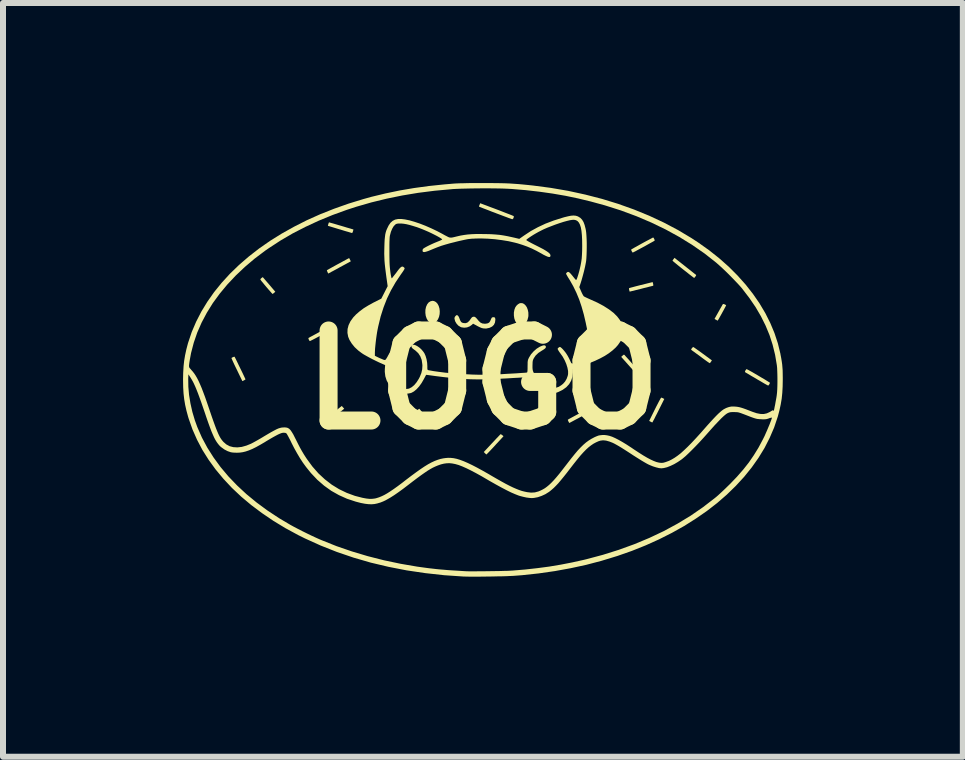
<source format=kicad_pcb>
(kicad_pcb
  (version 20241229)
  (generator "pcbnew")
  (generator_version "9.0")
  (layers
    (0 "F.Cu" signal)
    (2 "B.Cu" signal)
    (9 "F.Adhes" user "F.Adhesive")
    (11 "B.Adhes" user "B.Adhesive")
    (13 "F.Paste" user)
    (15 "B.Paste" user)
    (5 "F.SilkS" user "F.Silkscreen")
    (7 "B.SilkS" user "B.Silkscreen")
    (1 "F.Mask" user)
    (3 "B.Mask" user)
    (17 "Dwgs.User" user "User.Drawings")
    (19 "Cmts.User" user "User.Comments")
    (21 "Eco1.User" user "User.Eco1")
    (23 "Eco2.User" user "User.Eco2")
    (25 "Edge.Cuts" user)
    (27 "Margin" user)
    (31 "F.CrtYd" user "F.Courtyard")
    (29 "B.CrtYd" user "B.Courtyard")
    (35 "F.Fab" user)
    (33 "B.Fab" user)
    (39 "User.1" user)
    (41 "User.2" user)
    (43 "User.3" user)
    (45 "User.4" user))
  (footprint "LOGO"
    (layer "F.Cu")
    (at 4.996 3.278)
    (property "Reference" "LOGO" (at 0 0 0) (layer "F.SilkS") (effects (font (size 1.5 1.5) (thickness 0.3))))
    (attr board_only exclude_from_pos_files exclude_from_bom)
    (fp_poly (pts (xy 2.358 -0.414) (xy 2.363 -0.41) (xy 2.371 -0.4) (xy 2.388 -0.381) (xy 2.411 -0.356) (xy 2.439 -0.325) (xy 2.467 -0.293) (xy 2.497 -0.258) (xy 2.526 -0.226) (xy 2.551 -0.198) (xy 2.569 -0.177) (xy 2.579 -0.166) (xy 2.601 -0.143) (xy 2.576 -0.124) (xy 2.551 -0.105) (xy 2.428 -0.243) (xy 2.304 -0.382) (xy 2.327 -0.403) (xy 2.342 -0.416) (xy 2.351 -0.419)) (stroke (width 0) (type solid)) (fill yes) (layer "F.SilkS"))
    (fp_poly (pts (xy -2.215 -2.002) (xy -2.201 -1.974) (xy -2.332 -1.903) (xy -2.377 -1.879) (xy -2.421 -1.854) (xy -2.462 -1.832) (xy -2.497 -1.813) (xy -2.52 -1.801) (xy -2.577 -1.77) (xy -2.59 -1.796) (xy -2.597 -1.814) (xy -2.6 -1.824) (xy -2.599 -1.826) (xy -2.592 -1.83) (xy -2.574 -1.84) (xy -2.546 -1.856) (xy -2.51 -1.876) (xy -2.468 -1.899) (xy -2.421 -1.925) (xy -2.413 -1.929) (xy -2.229 -2.029)) (stroke (width 0) (type solid)) (fill yes) (layer "F.SilkS"))
    (fp_poly (pts (xy -3.563 -1.589) (xy -3.459 -1.467) (xy -3.479 -1.449) (xy -3.494 -1.437) (xy -3.504 -1.431) (xy -3.505 -1.43) (xy -3.511 -1.436) (xy -3.525 -1.451) (xy -3.545 -1.474) (xy -3.571 -1.503) (xy -3.6 -1.537) (xy -3.607 -1.545) (xy -3.637 -1.581) (xy -3.663 -1.613) (xy -3.685 -1.639) (xy -3.7 -1.659) (xy -3.708 -1.669) (xy -3.708 -1.67) (xy -3.705 -1.68) (xy -3.693 -1.693) (xy -3.69 -1.695) (xy -3.668 -1.711)) (stroke (width 0) (type solid)) (fill yes) (layer "F.SilkS"))
    (fp_poly (pts (xy -2.331 0.459) (xy -2.311 0.482) (xy -2.461 0.602) (xy -2.502 0.634) (xy -2.54 0.664) (xy -2.573 0.69) (xy -2.599 0.711) (xy -2.616 0.725) (xy -2.623 0.731) (xy -2.632 0.736) (xy -2.641 0.733) (xy -2.654 0.72) (xy -2.655 0.718) (xy -2.666 0.702) (xy -2.67 0.691) (xy -2.669 0.689) (xy -2.662 0.683) (xy -2.645 0.669) (xy -2.619 0.648) (xy -2.586 0.623) (xy -2.548 0.592) (xy -2.507 0.56) (xy -2.352 0.436)) (stroke (width 0) (type solid)) (fill yes) (layer "F.SilkS"))
    (fp_poly (pts (xy 2.836 -1.599) (xy 2.839 -1.578) (xy 2.837 -1.568) (xy 2.835 -1.567) (xy 2.825 -1.564) (xy 2.804 -1.559) (xy 2.772 -1.551) (xy 2.731 -1.54) (xy 2.684 -1.529) (xy 2.635 -1.516) (xy 2.445 -1.469) (xy 2.437 -1.496) (xy 2.434 -1.514) (xy 2.435 -1.526) (xy 2.435 -1.527) (xy 2.444 -1.53) (xy 2.465 -1.536) (xy 2.496 -1.544) (xy 2.536 -1.555) (xy 2.583 -1.567) (xy 2.634 -1.58) (xy 2.635 -1.58) (xy 2.828 -1.628)) (stroke (width 0) (type solid)) (fill yes) (layer "F.SilkS"))
    (fp_poly (pts (xy 2.982 0.3) (xy 3 0.307) (xy 3 0.308) (xy 3.022 0.319) (xy 2.924 0.515) (xy 2.899 0.565) (xy 2.876 0.609) (xy 2.857 0.648) (xy 2.84 0.679) (xy 2.829 0.7) (xy 2.823 0.71) (xy 2.822 0.711) (xy 2.814 0.708) (xy 2.798 0.7) (xy 2.794 0.698) (xy 2.77 0.685) (xy 2.866 0.491) (xy 2.891 0.441) (xy 2.914 0.397) (xy 2.934 0.358) (xy 2.951 0.328) (xy 2.963 0.307) (xy 2.97 0.297) (xy 2.97 0.296)) (stroke (width 0) (type solid)) (fill yes) (layer "F.SilkS"))
    (fp_poly (pts (xy -0.814 -1.312) (xy -0.782 -1.295) (xy -0.756 -1.267) (xy -0.737 -1.231) (xy -0.724 -1.188) (xy -0.719 -1.142) (xy -0.721 -1.095) (xy -0.731 -1.049) (xy -0.749 -1.007) (xy -0.774 -0.973) (xy -0.794 -0.954) (xy -0.809 -0.945) (xy -0.826 -0.941) (xy -0.835 -0.941) (xy -0.87 -0.948) (xy -0.889 -0.958) (xy -0.917 -0.985) (xy -0.938 -1.022) (xy -0.953 -1.067) (xy -0.959 -1.116) (xy -0.958 -1.166) (xy -0.948 -1.214) (xy -0.929 -1.257) (xy -0.905 -1.288) (xy -0.874 -1.308) (xy -0.841 -1.316)) (stroke (width 0) (type solid)) (fill yes) (layer "F.SilkS"))
    (fp_poly (pts (xy 0.303 0.909) (xy 0.318 0.919) (xy 0.322 0.922) (xy 0.343 0.94) (xy 0.296 0.992) (xy 0.256 1.035) (xy 0.216 1.078) (xy 0.179 1.119) (xy 0.144 1.156) (xy 0.113 1.189) (xy 0.088 1.215) (xy 0.07 1.233) (xy 0.06 1.243) (xy 0.059 1.244) (xy 0.052 1.24) (xy 0.039 1.228) (xy 0.035 1.224) (xy 0.015 1.203) (xy 0.153 1.055) (xy 0.189 1.017) (xy 0.222 0.981) (xy 0.251 0.951) (xy 0.273 0.928) (xy 0.288 0.912) (xy 0.295 0.906) (xy 0.295 0.906)) (stroke (width 0) (type solid)) (fill yes) (layer "F.SilkS"))
    (fp_poly (pts (xy 0.656 -1.277) (xy 0.685 -1.264) (xy 0.711 -1.239) (xy 0.733 -1.206) (xy 0.748 -1.165) (xy 0.757 -1.121) (xy 0.758 -1.073) (xy 0.756 -1.049) (xy 0.743 -1) (xy 0.724 -0.96) (xy 0.699 -0.929) (xy 0.67 -0.91) (xy 0.638 -0.904) (xy 0.604 -0.91) (xy 0.588 -0.918) (xy 0.56 -0.943) (xy 0.538 -0.979) (xy 0.523 -1.023) (xy 0.516 -1.071) (xy 0.516 -1.121) (xy 0.525 -1.169) (xy 0.538 -1.204) (xy 0.557 -1.233) (xy 0.583 -1.258) (xy 0.612 -1.275) (xy 0.625 -1.278)) (stroke (width 0) (type solid)) (fill yes) (layer "F.SilkS"))
    (fp_poly (pts (xy -0.991 0.562) (xy -0.959 0.598) (xy -0.924 0.639) (xy -0.891 0.678) (xy -0.864 0.71) (xy -0.807 0.779) (xy -0.829 0.797) (xy -0.843 0.809) (xy -0.853 0.815) (xy -0.854 0.815) (xy -0.86 0.81) (xy -0.873 0.795) (xy -0.891 0.774) (xy -0.905 0.758) (xy -0.927 0.73) (xy -0.956 0.696) (xy -0.989 0.659) (xy -1.02 0.622) (xy -1.028 0.613) (xy -1.054 0.583) (xy -1.076 0.557) (xy -1.093 0.536) (xy -1.102 0.523) (xy -1.104 0.52) (xy -1.098 0.512) (xy -1.085 0.5) (xy -1.082 0.498) (xy -1.061 0.482)) (stroke (width 0) (type solid)) (fill yes) (layer "F.SilkS"))
    (fp_poly (pts (xy -2.555 -2.621) (xy -2.535 -2.615) (xy -2.505 -2.607) (xy -2.467 -2.596) (xy -2.423 -2.583) (xy -2.407 -2.578) (xy -2.358 -2.564) (xy -2.311 -2.55) (xy -2.269 -2.537) (xy -2.234 -2.527) (xy -2.209 -2.52) (xy -2.206 -2.519) (xy -2.157 -2.504) (xy -2.165 -2.475) (xy -2.171 -2.457) (xy -2.178 -2.447) (xy -2.181 -2.446) (xy -2.19 -2.448) (xy -2.211 -2.454) (xy -2.243 -2.464) (xy -2.283 -2.475) (xy -2.329 -2.489) (xy -2.381 -2.505) (xy -2.386 -2.506) (xy -2.583 -2.566) (xy -2.576 -2.594) (xy -2.57 -2.612) (xy -2.565 -2.622) (xy -2.564 -2.623)) (stroke (width 0) (type solid)) (fill yes) (layer "F.SilkS"))
    (fp_poly (pts (xy 3.508 -0.545) (xy 3.516 -0.54) (xy 3.535 -0.527) (xy 3.562 -0.508) (xy 3.596 -0.484) (xy 3.635 -0.456) (xy 3.666 -0.433) (xy 3.815 -0.324) (xy 3.8 -0.301) (xy 3.789 -0.286) (xy 3.781 -0.277) (xy 3.78 -0.277) (xy 3.773 -0.281) (xy 3.755 -0.292) (xy 3.729 -0.31) (xy 3.696 -0.334) (xy 3.659 -0.361) (xy 3.63 -0.383) (xy 3.589 -0.413) (xy 3.552 -0.44) (xy 3.52 -0.464) (xy 3.495 -0.481) (xy 3.48 -0.493) (xy 3.475 -0.496) (xy 3.469 -0.502) (xy 3.473 -0.512) (xy 3.481 -0.526) (xy 3.494 -0.54) (xy 3.506 -0.546)) (stroke (width 0) (type solid)) (fill yes) (layer "F.SilkS"))
    (fp_poly (pts (xy -4.138 -0.384) (xy -4.134 -0.377) (xy -4.124 -0.358) (xy -4.11 -0.33) (xy -4.093 -0.295) (xy -4.074 -0.255) (xy -4.053 -0.212) (xy -4.032 -0.169) (xy -4.011 -0.126) (xy -3.993 -0.088) (xy -3.977 -0.054) (xy -3.965 -0.028) (xy -3.957 -0.012) (xy -3.956 -0.008) (xy -3.962 -0.002) (xy -3.977 0.007) (xy -3.982 0.01) (xy -4.008 0.022) (xy -4.1 -0.168) (xy -4.124 -0.217) (xy -4.145 -0.261) (xy -4.163 -0.3) (xy -4.177 -0.331) (xy -4.186 -0.352) (xy -4.189 -0.362) (xy -4.189 -0.363) (xy -4.181 -0.369) (xy -4.166 -0.377) (xy -4.15 -0.383) (xy -4.139 -0.385)) (stroke (width 0) (type solid)) (fill yes) (layer "F.SilkS"))
    (fp_poly (pts (xy 1.791 0.473) (xy 1.8 0.488) (xy 1.802 0.492) (xy 1.814 0.517) (xy 1.629 0.618) (xy 1.582 0.644) (xy 1.538 0.667) (xy 1.501 0.687) (xy 1.471 0.703) (xy 1.451 0.714) (xy 1.441 0.719) (xy 1.441 0.719) (xy 1.435 0.713) (xy 1.427 0.698) (xy 1.424 0.693) (xy 1.417 0.676) (xy 1.415 0.666) (xy 1.415 0.665) (xy 1.424 0.659) (xy 1.443 0.648) (xy 1.471 0.633) (xy 1.506 0.614) (xy 1.545 0.593) (xy 1.587 0.57) (xy 1.63 0.547) (xy 1.671 0.525) (xy 1.709 0.505) (xy 1.741 0.488) (xy 1.765 0.476) (xy 1.78 0.468) (xy 1.784 0.467)) (stroke (width 0) (type solid)) (fill yes) (layer "F.SilkS"))
    (fp_poly (pts (xy 4.025 -1.258) (xy 4.041 -1.25) (xy 4.051 -1.243) (xy 4.052 -1.24) (xy 4.048 -1.232) (xy 4.039 -1.214) (xy 4.025 -1.188) (xy 4.008 -1.156) (xy 3.989 -1.122) (xy 3.97 -1.087) (xy 3.951 -1.053) (xy 3.935 -1.024) (xy 3.922 -1.002) (xy 3.913 -0.988) (xy 3.911 -0.986) (xy 3.903 -0.989) (xy 3.888 -0.998) (xy 3.883 -1) (xy 3.859 -1.015) (xy 3.877 -1.047) (xy 3.887 -1.065) (xy 3.903 -1.093) (xy 3.922 -1.127) (xy 3.942 -1.162) (xy 3.944 -1.167) (xy 3.963 -1.2) (xy 3.979 -1.228) (xy 3.991 -1.25) (xy 3.999 -1.261) (xy 4 -1.262) (xy 4.009 -1.263)) (stroke (width 0) (type solid)) (fill yes) (layer "F.SilkS"))
    (fp_poly (pts (xy 3.364 -1.896) (xy 3.408 -1.861) (xy 3.449 -1.829) (xy 3.484 -1.801) (xy 3.513 -1.778) (xy 3.534 -1.761) (xy 3.546 -1.753) (xy 3.547 -1.752) (xy 3.553 -1.745) (xy 3.55 -1.735) (xy 3.54 -1.72) (xy 3.528 -1.705) (xy 3.52 -1.698) (xy 3.519 -1.697) (xy 3.512 -1.702) (xy 3.496 -1.714) (xy 3.47 -1.734) (xy 3.437 -1.759) (xy 3.399 -1.79) (xy 3.356 -1.823) (xy 3.337 -1.838) (xy 3.293 -1.873) (xy 3.253 -1.905) (xy 3.218 -1.934) (xy 3.19 -1.957) (xy 3.17 -1.974) (xy 3.16 -1.983) (xy 3.159 -1.984) (xy 3.163 -1.993) (xy 3.174 -2.008) (xy 3.176 -2.011) (xy 3.192 -2.032)) (stroke (width 0) (type solid)) (fill yes) (layer "F.SilkS"))
    (fp_poly (pts (xy 2.844 -2.365) (xy 2.852 -2.351) (xy 2.859 -2.335) (xy 2.862 -2.322) (xy 2.861 -2.319) (xy 2.854 -2.314) (xy 2.835 -2.303) (xy 2.808 -2.288) (xy 2.773 -2.269) (xy 2.734 -2.247) (xy 2.693 -2.224) (xy 2.65 -2.201) (xy 2.609 -2.179) (xy 2.572 -2.159) (xy 2.54 -2.141) (xy 2.515 -2.129) (xy 2.5 -2.121) (xy 2.496 -2.119) (xy 2.491 -2.125) (xy 2.481 -2.139) (xy 2.479 -2.143) (xy 2.472 -2.159) (xy 2.471 -2.17) (xy 2.472 -2.171) (xy 2.48 -2.177) (xy 2.499 -2.187) (xy 2.526 -2.203) (xy 2.561 -2.222) (xy 2.6 -2.244) (xy 2.641 -2.267) (xy 2.683 -2.29) (xy 2.724 -2.312) (xy 2.762 -2.332) (xy 2.794 -2.349) (xy 2.818 -2.362) (xy 2.833 -2.37) (xy 2.836 -2.371)) (stroke (width 0) (type solid)) (fill yes) (layer "F.SilkS"))
    (fp_poly (pts (xy 0.013 -2.92) (xy 0.067 -2.9) (xy 0.124 -2.878) (xy 0.184 -2.856) (xy 0.242 -2.834) (xy 0.3 -2.812) (xy 0.353 -2.791) (xy 0.402 -2.772) (xy 0.444 -2.756) (xy 0.477 -2.743) (xy 0.501 -2.733) (xy 0.512 -2.728) (xy 0.513 -2.727) (xy 0.515 -2.716) (xy 0.511 -2.7) (xy 0.503 -2.684) (xy 0.493 -2.676) (xy 0.49 -2.676) (xy 0.481 -2.678) (xy 0.459 -2.686) (xy 0.427 -2.697) (xy 0.385 -2.713) (xy 0.336 -2.731) (xy 0.281 -2.752) (xy 0.222 -2.774) (xy 0.208 -2.78) (xy 0.148 -2.802) (xy 0.093 -2.824) (xy 0.043 -2.843) (xy 0.001 -2.859) (xy -0.031 -2.872) (xy -0.054 -2.881) (xy -0.064 -2.885) (xy -0.065 -2.886) (xy -0.064 -2.893) (xy -0.059 -2.909) (xy -0.056 -2.915) (xy -0.045 -2.942)) (stroke (width 0) (type solid)) (fill yes) (layer "F.SilkS"))
    (fp_poly (pts (xy -2.484 -0.913) (xy -2.473 -0.901) (xy -2.464 -0.885) (xy -2.461 -0.871) (xy -2.463 -0.867) (xy -2.47 -0.863) (xy -2.488 -0.852) (xy -2.516 -0.837) (xy -2.551 -0.818) (xy -2.592 -0.796) (xy -2.636 -0.773) (xy -2.681 -0.748) (xy -2.727 -0.725) (xy -2.77 -0.702) (xy -2.808 -0.682) (xy -2.841 -0.665) (xy -2.866 -0.653) (xy -2.881 -0.646) (xy -2.884 -0.645) (xy -2.89 -0.651) (xy -2.899 -0.665) (xy -2.9 -0.668) (xy -2.907 -0.685) (xy -2.907 -0.696) (xy -2.906 -0.697) (xy -2.898 -0.701) (xy -2.88 -0.712) (xy -2.851 -0.727) (xy -2.816 -0.746) (xy -2.775 -0.768) (xy -2.731 -0.792) (xy -2.686 -0.816) (xy -2.641 -0.839) (xy -2.599 -0.862) (xy -2.561 -0.881) (xy -2.53 -0.898) (xy -2.507 -0.909) (xy -2.495 -0.915) (xy -2.494 -0.916)) (stroke (width 0) (type solid)) (fill yes) (layer "F.SilkS"))
    (fp_poly (pts (xy 4.402 -0.174) (xy 4.422 -0.164) (xy 4.449 -0.149) (xy 4.484 -0.13) (xy 4.523 -0.107) (xy 4.565 -0.083) (xy 4.608 -0.057) (xy 4.65 -0.032) (xy 4.69 -0.009) (xy 4.725 0.013) (xy 4.753 0.03) (xy 4.773 0.043) (xy 4.783 0.05) (xy 4.783 0.051) (xy 4.779 0.06) (xy 4.771 0.076) (xy 4.761 0.09) (xy 4.753 0.096) (xy 4.753 0.096) (xy 4.744 0.092) (xy 4.725 0.082) (xy 4.696 0.066) (xy 4.66 0.045) (xy 4.618 0.02) (xy 4.571 -0.007) (xy 4.563 -0.012) (xy 4.516 -0.04) (xy 4.472 -0.065) (xy 4.435 -0.088) (xy 4.404 -0.106) (xy 4.383 -0.118) (xy 4.372 -0.125) (xy 4.371 -0.125) (xy 4.366 -0.132) (xy 4.368 -0.143) (xy 4.373 -0.154) (xy 4.384 -0.17) (xy 4.393 -0.178) (xy 4.394 -0.178)) (stroke (width 0) (type solid)) (fill yes) (layer "F.SilkS"))
    (fp_poly (pts (xy -0.42 -1.072) (xy -0.408 -1.059) (xy -0.396 -1.036) (xy -0.388 -1.014) (xy -0.375 -0.983) (xy -0.363 -0.964) (xy -0.347 -0.952) (xy -0.324 -0.946) (xy -0.319 -0.945) (xy -0.285 -0.944) (xy -0.255 -0.956) (xy -0.227 -0.982) (xy -0.21 -1.005) (xy -0.193 -1.029) (xy -0.18 -1.043) (xy -0.166 -1.049) (xy -0.157 -1.051) (xy -0.145 -1.051) (xy -0.135 -1.048) (xy -0.124 -1.041) (xy -0.109 -1.027) (xy -0.089 -1.004) (xy -0.072 -0.983) (xy -0.043 -0.955) (xy -0.011 -0.939) (xy 0.029 -0.934) (xy 0.049 -0.935) (xy 0.08 -0.941) (xy 0.103 -0.953) (xy 0.119 -0.974) (xy 0.132 -1.003) (xy 0.142 -1.025) (xy 0.15 -1.037) (xy 0.162 -1.042) (xy 0.171 -1.043) (xy 0.191 -1.042) (xy 0.202 -1.032) (xy 0.207 -1.011) (xy 0.207 -1) (xy 0.201 -0.954) (xy 0.183 -0.916) (xy 0.153 -0.887) (xy 0.11 -0.866) (xy 0.102 -0.864) (xy 0.054 -0.854) (xy 0.01 -0.856) (xy -0.019 -0.862) (xy -0.039 -0.87) (xy -0.067 -0.883) (xy -0.098 -0.899) (xy -0.106 -0.904) (xy -0.164 -0.935) (xy -0.184 -0.916) (xy -0.221 -0.89) (xy -0.265 -0.873) (xy -0.311 -0.868) (xy -0.356 -0.874) (xy -0.374 -0.881) (xy -0.411 -0.904) (xy -0.441 -0.938) (xy -0.463 -0.976) (xy -0.473 -1.017) (xy -0.474 -1.028) (xy -0.469 -1.045) (xy -0.457 -1.063) (xy -0.455 -1.064) (xy -0.442 -1.076) (xy -0.432 -1.078)) (stroke (width 0) (type solid)) (fill yes) (layer "F.SilkS"))
    (fp_poly (pts (xy 1.545 -2.734) (xy 1.576 -2.725) (xy 1.587 -2.72) (xy 1.623 -2.698) (xy 1.652 -2.668) (xy 1.676 -2.629) (xy 1.695 -2.578) (xy 1.711 -2.515) (xy 1.716 -2.49) (xy 1.721 -2.452) (xy 1.725 -2.402) (xy 1.728 -2.343) (xy 1.73 -2.279) (xy 1.73 -2.212) (xy 1.729 -2.146) (xy 1.727 -2.083) (xy 1.724 -2.027) (xy 1.72 -1.981) (xy 1.716 -1.956) (xy 1.702 -1.885) (xy 1.684 -1.808) (xy 1.664 -1.732) (xy 1.644 -1.661) (xy 1.632 -1.622) (xy 1.606 -1.544) (xy 1.636 -1.475) (xy 1.65 -1.444) (xy 1.664 -1.417) (xy 1.675 -1.399) (xy 1.679 -1.393) (xy 1.691 -1.385) (xy 1.713 -1.374) (xy 1.743 -1.36) (xy 1.778 -1.344) (xy 1.785 -1.341) (xy 1.905 -1.287) (xy 2.01 -1.231) (xy 2.101 -1.173) (xy 2.177 -1.115) (xy 2.238 -1.054) (xy 2.285 -0.992) (xy 2.318 -0.928) (xy 2.326 -0.905) (xy 2.339 -0.84) (xy 2.337 -0.773) (xy 2.322 -0.707) (xy 2.293 -0.642) (xy 2.25 -0.58) (xy 2.212 -0.537) (xy 2.158 -0.488) (xy 2.098 -0.442) (xy 2.03 -0.398) (xy 1.954 -0.357) (xy 1.868 -0.316) (xy 1.77 -0.276) (xy 1.66 -0.235) (xy 1.633 -0.226) (xy 1.5 -0.18) (xy 1.499 -0.121) (xy 1.491 -0.05) (xy 1.47 0.015) (xy 1.436 0.073) (xy 1.389 0.124) (xy 1.329 0.167) (xy 1.306 0.179) (xy 1.254 0.204) (xy 1.21 0.22) (xy 1.171 0.228) (xy 1.132 0.228) (xy 1.131 0.228) (xy 1.078 0.218) (xy 1.024 0.194) (xy 0.968 0.157) (xy 0.913 0.109) (xy 0.86 0.05) (xy 0.833 0.015) (xy 0.789 -0.045) (xy 0.7 -0.041) (xy 0.671 -0.039) (xy 0.63 -0.037) (xy 0.579 -0.034) (xy 0.52 -0.031) (xy 0.457 -0.027) (xy 0.392 -0.023) (xy 0.348 -0.021) (xy 0.223 -0.014) (xy 0.108 -0.009) (xy -0.002 -0.007) (xy -0.107 -0.007) (xy -0.21 -0.009) (xy -0.314 -0.014) (xy -0.42 -0.021) (xy -0.532 -0.032) (xy -0.652 -0.045) (xy -0.781 -0.061) (xy -0.912 -0.079) (xy -0.946 -0.083) (xy -0.985 -0.01) (xy -1.022 0.054) (xy -1.063 0.111) (xy -1.105 0.157) (xy -1.148 0.193) (xy -1.189 0.216) (xy -1.207 0.222) (xy -1.251 0.23) (xy -1.298 0.233) (xy -1.342 0.231) (xy -1.351 0.23) (xy -1.408 0.212) (xy -1.464 0.18) (xy -1.518 0.135) (xy -1.519 0.134) (xy -1.569 0.075) (xy -1.604 0.011) (xy -1.626 -0.058) (xy -1.635 -0.134) (xy -1.634 -0.18) (xy -1.629 -0.245) (xy -1.683 -0.269) (xy -1.731 -0.29) (xy -1.785 -0.316) (xy -1.84 -0.343) (xy -1.893 -0.371) (xy -1.942 -0.398) (xy -1.983 -0.421) (xy -2.011 -0.439) (xy -2.032 -0.454) (xy -1.8 -0.454) (xy -1.8 -0.4) (xy -1.757 -0.379) (xy -1.726 -0.364) (xy -1.69 -0.349) (xy -1.672 -0.341) (xy -1.652 -0.333) (xy -1.637 -0.33) (xy -1.626 -0.332) (xy -1.616 -0.342) (xy -1.604 -0.361) (xy -1.587 -0.39) (xy -1.582 -0.401) (xy -1.554 -0.449) (xy -1.524 -0.493) (xy -1.494 -0.529) (xy -1.466 -0.555) (xy -1.459 -0.56) (xy -1.439 -0.572) (xy -1.426 -0.576) (xy -1.413 -0.573) (xy -1.411 -0.572) (xy -1.397 -0.561) (xy -1.393 -0.55) (xy -1.398 -0.532) (xy -1.412 -0.507) (xy -1.435 -0.476) (xy -1.46 -0.445) (xy -1.489 -0.406) (xy -1.516 -0.358) (xy -1.537 -0.307) (xy -1.545 -0.281) (xy -1.551 -0.245) (xy -1.555 -0.199) (xy -1.555 -0.15) (xy -1.552 -0.102) (xy -1.547 -0.061) (xy -1.544 -0.048) (xy -1.523 0.01) (xy -1.492 0.06) (xy -1.453 0.101) (xy -1.408 0.13) (xy -1.382 0.14) (xy -1.333 0.151) (xy -1.285 0.154) (xy -1.242 0.149) (xy -1.228 0.145) (xy -1.186 0.123) (xy -1.144 0.088) (xy -1.105 0.041) (xy -1.068 -0.017) (xy -1.052 -0.048) (xy -1.026 -0.112) (xy -1.012 -0.173) (xy -1.008 -0.237) (xy -1.01 -0.262) (xy -1.02 -0.331) (xy -1.043 -0.391) (xy -1.077 -0.443) (xy -1.124 -0.487) (xy -1.148 -0.504) (xy -1.175 -0.525) (xy -1.19 -0.546) (xy -1.19 -0.566) (xy -1.185 -0.574) (xy -1.168 -0.584) (xy -1.144 -0.583) (xy -1.116 -0.573) (xy -1.084 -0.555) (xy -1.051 -0.531) (xy -1.02 -0.501) (xy -0.992 -0.467) (xy -0.975 -0.442) (xy -0.955 -0.397) (xy -0.939 -0.342) (xy -0.929 -0.282) (xy -0.926 -0.229) (xy -0.926 -0.198) (xy -0.925 -0.179) (xy -0.922 -0.168) (xy -0.916 -0.163) (xy -0.907 -0.16) (xy -0.906 -0.16) (xy -0.824 -0.145) (xy -0.731 -0.132) (xy -0.628 -0.119) (xy -0.518 -0.109) (xy -0.403 -0.1) (xy -0.286 -0.093) (xy -0.17 -0.087) (xy -0.056 -0.084) (xy 0.051 -0.084) (xy 0.151 -0.086) (xy 0.207 -0.088) (xy 0.316 -0.094) (xy 0.41 -0.1) (xy 0.491 -0.104) (xy 0.56 -0.108) (xy 0.615 -0.112) (xy 0.66 -0.115) (xy 0.693 -0.117) (xy 0.716 -0.119) (xy 0.73 -0.121) (xy 0.734 -0.122) (xy 0.738 -0.126) (xy 0.741 -0.137) (xy 0.743 -0.156) (xy 0.744 -0.186) (xy 0.744 -0.224) (xy 0.745 -0.265) (xy 0.745 -0.294) (xy 0.748 -0.315) (xy 0.751 -0.332) (xy 0.758 -0.349) (xy 0.767 -0.369) (xy 0.769 -0.372) (xy 0.801 -0.424) (xy 0.845 -0.474) (xy 0.895 -0.518) (xy 0.948 -0.551) (xy 0.95 -0.552) (xy 0.988 -0.568) (xy 1.016 -0.575) (xy 1.035 -0.572) (xy 1.047 -0.56) (xy 1.048 -0.555) (xy 1.049 -0.541) (xy 1.039 -0.525) (xy 1.019 -0.509) (xy 0.986 -0.488) (xy 0.982 -0.486) (xy 0.923 -0.447) (xy 0.878 -0.404) (xy 0.847 -0.358) (xy 0.847 -0.357) (xy 0.837 -0.336) (xy 0.831 -0.317) (xy 0.828 -0.296) (xy 0.827 -0.267) (xy 0.826 -0.237) (xy 0.826 -0.201) (xy 0.828 -0.174) (xy 0.832 -0.154) (xy 0.838 -0.136) (xy 0.846 -0.118) (xy 0.864 -0.086) (xy 0.89 -0.048) (xy 0.918 -0.008) (xy 0.948 0.029) (xy 0.976 0.06) (xy 0.994 0.077) (xy 1.02 0.097) (xy 1.05 0.116) (xy 1.065 0.124) (xy 1.086 0.133) (xy 1.105 0.139) (xy 1.126 0.14) (xy 1.155 0.14) (xy 1.165 0.139) (xy 1.218 0.132) (xy 1.263 0.117) (xy 1.305 0.091) (xy 1.335 0.067) (xy 1.368 0.03) (xy 1.395 -0.016) (xy 1.413 -0.066) (xy 1.419 -0.096) (xy 1.419 -0.146) (xy 1.408 -0.203) (xy 1.389 -0.264) (xy 1.362 -0.326) (xy 1.329 -0.386) (xy 1.297 -0.431) (xy 1.278 -0.457) (xy 1.262 -0.481) (xy 1.252 -0.498) (xy 1.25 -0.501) (xy 1.245 -0.516) (xy 1.25 -0.527) (xy 1.258 -0.534) (xy 1.273 -0.544) (xy 1.282 -0.548) (xy 1.294 -0.543) (xy 1.312 -0.528) (xy 1.334 -0.506) (xy 1.357 -0.479) (xy 1.379 -0.451) (xy 1.392 -0.432) (xy 1.413 -0.398) (xy 1.434 -0.359) (xy 1.451 -0.324) (xy 1.452 -0.322) (xy 1.461 -0.302) (xy 1.468 -0.287) (xy 1.475 -0.277) (xy 1.485 -0.272) (xy 1.5 -0.272) (xy 1.522 -0.277) (xy 1.552 -0.286) (xy 1.593 -0.3) (xy 1.627 -0.312) (xy 1.683 -0.331) (xy 1.726 -0.347) (xy 1.757 -0.36) (xy 1.78 -0.371) (xy 1.794 -0.381) (xy 1.802 -0.391) (xy 1.805 -0.397) (xy 1.805 -0.409) (xy 1.802 -0.434) (xy 1.797 -0.47) (xy 1.791 -0.514) (xy 1.783 -0.566) (xy 1.774 -0.622) (xy 1.764 -0.682) (xy 1.753 -0.742) (xy 1.742 -0.802) (xy 1.732 -0.86) (xy 1.721 -0.912) (xy 1.714 -0.947) (xy 1.681 -1.089) (xy 1.644 -1.219) (xy 1.604 -1.338) (xy 1.558 -1.449) (xy 1.507 -1.555) (xy 1.449 -1.658) (xy 1.434 -1.682) (xy 1.415 -1.712) (xy 1.4 -1.739) (xy 1.389 -1.758) (xy 1.385 -1.768) (xy 1.385 -1.768) (xy 1.39 -1.778) (xy 1.4 -1.789) (xy 1.413 -1.797) (xy 1.427 -1.797) (xy 1.443 -1.787) (xy 1.464 -1.766) (xy 1.491 -1.734) (xy 1.497 -1.726) (xy 1.518 -1.7) (xy 1.535 -1.679) (xy 1.548 -1.666) (xy 1.552 -1.662) (xy 1.558 -1.668) (xy 1.567 -1.686) (xy 1.577 -1.715) (xy 1.589 -1.753) (xy 1.602 -1.799) (xy 1.615 -1.85) (xy 1.615 -1.851) (xy 1.628 -1.909) (xy 1.638 -1.964) (xy 1.646 -2.02) (xy 1.65 -2.079) (xy 1.653 -2.146) (xy 1.654 -2.224) (xy 1.654 -2.23) (xy 1.653 -2.327) (xy 1.649 -2.41) (xy 1.642 -2.48) (xy 1.632 -2.538) (xy 1.617 -2.584) (xy 1.599 -2.619) (xy 1.577 -2.644) (xy 1.551 -2.659) (xy 1.519 -2.666) (xy 1.489 -2.665) (xy 1.45 -2.659) (xy 1.4 -2.647) (xy 1.342 -2.631) (xy 1.277 -2.61) (xy 1.21 -2.587) (xy 1.142 -2.561) (xy 1.075 -2.535) (xy 1.013 -2.508) (xy 0.967 -2.485) (xy 0.926 -2.464) (xy 0.885 -2.441) (xy 0.844 -2.417) (xy 0.806 -2.393) (xy 0.773 -2.371) (xy 0.746 -2.352) (xy 0.729 -2.338) (xy 0.722 -2.329) (xy 0.722 -2.329) (xy 0.729 -2.323) (xy 0.746 -2.312) (xy 0.774 -2.296) (xy 0.809 -2.277) (xy 0.85 -2.256) (xy 0.878 -2.242) (xy 0.947 -2.207) (xy 1.003 -2.178) (xy 1.047 -2.152) (xy 1.08 -2.13) (xy 1.104 -2.111) (xy 1.119 -2.093) (xy 1.125 -2.078) (xy 1.125 -2.063) (xy 1.123 -2.056) (xy 1.116 -2.047) (xy 1.101 -2.046) (xy 1.079 -2.051) (xy 1.047 -2.065) (xy 1.005 -2.086) (xy 0.978 -2.102) (xy 0.892 -2.149) (xy 0.813 -2.188) (xy 0.737 -2.22) (xy 0.659 -2.248) (xy 0.576 -2.274) (xy 0.529 -2.286) (xy 0.428 -2.309) (xy 0.317 -2.327) (xy 0.201 -2.342) (xy 0.084 -2.351) (xy -0.028 -2.355) (xy -0.115 -2.354) (xy -0.152 -2.352) (xy -0.184 -2.351) (xy -0.212 -2.348) (xy -0.24 -2.345) (xy -0.27 -2.34) (xy -0.304 -2.333) (xy -0.345 -2.324) (xy -0.395 -2.313) (xy -0.457 -2.298) (xy -0.463 -2.296) (xy -0.548 -2.275) (xy -0.622 -2.254) (xy -0.691 -2.233) (xy -0.759 -2.208) (xy -0.831 -2.179) (xy -0.862 -2.166) (xy -0.911 -2.146) (xy -0.948 -2.134) (xy -0.975 -2.128) (xy -0.993 -2.13) (xy -1.003 -2.138) (xy -1.006 -2.147) (xy -1.004 -2.167) (xy -1 -2.178) (xy -0.99 -2.188) (xy -0.968 -2.202) (xy -0.937 -2.219) (xy -0.9 -2.238) (xy -0.858 -2.258) (xy -0.814 -2.278) (xy -0.77 -2.296) (xy -0.753 -2.303) (xy -0.723 -2.315) (xy -0.699 -2.326) (xy -0.683 -2.334) (xy -0.679 -2.338) (xy -0.686 -2.347) (xy -0.704 -2.36) (xy -0.732 -2.377) (xy -0.768 -2.397) (xy -0.811 -2.419) (xy -0.859 -2.443) (xy -0.908 -2.466) (xy -0.959 -2.488) (xy -1.009 -2.509) (xy -1.056 -2.527) (xy -1.096 -2.542) (xy -1.167 -2.564) (xy -1.226 -2.581) (xy -1.277 -2.593) (xy -1.32 -2.6) (xy -1.359 -2.604) (xy -1.375 -2.604) (xy -1.408 -2.604) (xy -1.43 -2.601) (xy -1.446 -2.596) (xy -1.457 -2.589) (xy -1.486 -2.56) (xy -1.511 -2.518) (xy -1.533 -2.466) (xy -1.549 -2.405) (xy -1.55 -2.401) (xy -1.553 -2.38) (xy -1.555 -2.346) (xy -1.557 -2.302) (xy -1.558 -2.251) (xy -1.558 -2.194) (xy -1.558 -2.135) (xy -1.558 -2.075) (xy -1.557 -2.017) (xy -1.556 -1.963) (xy -1.554 -1.915) (xy -1.551 -1.877) (xy -1.549 -1.856) (xy -1.542 -1.797) (xy -1.535 -1.751) (xy -1.528 -1.717) (xy -1.523 -1.697) (xy -1.518 -1.691) (xy -1.518 -1.691) (xy -1.512 -1.697) (xy -1.499 -1.714) (xy -1.48 -1.738) (xy -1.457 -1.767) (xy -1.444 -1.784) (xy -1.414 -1.825) (xy -1.39 -1.854) (xy -1.371 -1.873) (xy -1.355 -1.884) (xy -1.342 -1.887) (xy -1.329 -1.883) (xy -1.323 -1.879) (xy -1.309 -1.867) (xy -1.304 -1.855) (xy -1.308 -1.845) (xy -1.319 -1.825) (xy -1.336 -1.799) (xy -1.358 -1.768) (xy -1.366 -1.757) (xy -1.454 -1.626) (xy -1.531 -1.492) (xy -1.598 -1.354) (xy -1.655 -1.208) (xy -1.704 -1.055) (xy -1.744 -0.89) (xy -1.755 -0.837) (xy -1.763 -0.794) (xy -1.771 -0.742) (xy -1.779 -0.685) (xy -1.786 -0.627) (xy -1.792 -0.57) (xy -1.797 -0.519) (xy -1.799 -0.476) (xy -1.8 -0.454) (xy -2.032 -0.454) (xy -2.078 -0.489) (xy -2.137 -0.544) (xy -2.185 -0.603) (xy -2.223 -0.664) (xy -2.245 -0.717) (xy -2.257 -0.782) (xy -2.255 -0.847) (xy -2.238 -0.911) (xy -2.207 -0.975) (xy -2.161 -1.039) (xy -2.114 -1.089) (xy -2.054 -1.141) (xy -1.986 -1.192) (xy -1.908 -1.24) (xy -1.817 -1.29) (xy -1.804 -1.296) (xy -1.693 -1.352) (xy -1.64 -1.456) (xy -1.587 -1.56) (xy -1.608 -1.708) (xy -1.619 -1.792) (xy -1.628 -1.864) (xy -1.635 -1.928) (xy -1.64 -1.986) (xy -1.642 -2.043) (xy -1.644 -2.099) (xy -1.643 -2.16) (xy -1.642 -2.211) (xy -1.64 -2.28) (xy -1.637 -2.337) (xy -1.632 -2.383) (xy -1.627 -2.423) (xy -1.619 -2.457) (xy -1.609 -2.489) (xy -1.599 -2.513) (xy -1.571 -2.571) (xy -1.54 -2.616) (xy -1.504 -2.648) (xy -1.463 -2.669) (xy -1.414 -2.679) (xy -1.356 -2.679) (xy -1.299 -2.672) (xy -1.225 -2.657) (xy -1.142 -2.633) (xy -1.052 -2.603) (xy -0.957 -2.566) (xy -0.861 -2.524) (xy -0.764 -2.478) (xy -0.677 -2.432) (xy -0.634 -2.408) (xy -0.601 -2.391) (xy -0.576 -2.378) (xy -0.556 -2.371) (xy -0.536 -2.369) (xy -0.516 -2.37) (xy -0.491 -2.375) (xy -0.458 -2.383) (xy -0.433 -2.389) (xy -0.373 -2.403) (xy -0.314 -2.413) (xy -0.254 -2.421) (xy -0.19 -2.426) (xy -0.119 -2.429) (xy -0.039 -2.429) (xy 0.051 -2.428) (xy 0.135 -2.426) (xy 0.209 -2.421) (xy 0.277 -2.415) (xy 0.344 -2.405) (xy 0.414 -2.392) (xy 0.491 -2.375) (xy 0.527 -2.367) (xy 0.606 -2.348) (xy 0.686 -2.404) (xy 0.798 -2.478) (xy 0.917 -2.543) (xy 1.043 -2.602) (xy 1.18 -2.654) (xy 1.329 -2.701) (xy 1.356 -2.709) (xy 1.418 -2.724) (xy 1.468 -2.734) (xy 1.51 -2.737)) (stroke (width 0) (type solid)) (fill yes) (layer "F.SilkS"))
    (fp_poly (pts (xy 0.106 -3.278) (xy 0.203 -3.277) (xy 0.291 -3.276) (xy 0.371 -3.274) (xy 0.446 -3.271) (xy 0.519 -3.266) (xy 0.592 -3.261) (xy 0.668 -3.254) (xy 0.749 -3.246) (xy 0.833 -3.237) (xy 1.13 -3.198) (xy 1.421 -3.148) (xy 1.706 -3.086) (xy 1.985 -3.014) (xy 2.255 -2.931) (xy 2.518 -2.837) (xy 2.772 -2.733) (xy 3.016 -2.619) (xy 3.251 -2.495) (xy 3.475 -2.361) (xy 3.588 -2.287) (xy 3.768 -2.159) (xy 3.937 -2.025) (xy 4.095 -1.885) (xy 4.241 -1.739) (xy 4.376 -1.588) (xy 4.498 -1.433) (xy 4.608 -1.274) (xy 4.705 -1.111) (xy 4.788 -0.946) (xy 4.858 -0.778) (xy 4.914 -0.608) (xy 4.956 -0.437) (xy 4.958 -0.424) (xy 4.97 -0.361) (xy 4.979 -0.307) (xy 4.986 -0.258) (xy 4.99 -0.21) (xy 4.994 -0.16) (xy 4.995 -0.103) (xy 4.996 -0.037) (xy 4.996 0) (xy 4.994 0.114) (xy 4.988 0.218) (xy 4.978 0.315) (xy 4.962 0.41) (xy 4.941 0.507) (xy 4.914 0.61) (xy 4.911 0.619) (xy 4.852 0.795) (xy 4.778 0.967) (xy 4.692 1.136) (xy 4.591 1.301) (xy 4.478 1.461) (xy 4.352 1.617) (xy 4.214 1.767) (xy 4.064 1.913) (xy 3.903 2.053) (xy 3.73 2.187) (xy 3.546 2.314) (xy 3.353 2.436) (xy 3.149 2.55) (xy 2.935 2.658) (xy 2.713 2.758) (xy 2.481 2.851) (xy 2.241 2.935) (xy 1.992 3.011) (xy 1.976 3.016) (xy 1.721 3.083) (xy 1.463 3.139) (xy 1.199 3.187) (xy 0.928 3.226) (xy 0.648 3.256) (xy 0.541 3.264) (xy 0.501 3.267) (xy 0.45 3.269) (xy 0.388 3.272) (xy 0.318 3.274) (xy 0.242 3.275) (xy 0.162 3.277) (xy 0.081 3.278) (xy 0.001 3.279) (xy -0.076 3.28) (xy -0.147 3.28) (xy -0.211 3.28) (xy -0.266 3.279) (xy -0.308 3.278) (xy -0.319 3.278) (xy -0.643 3.256) (xy -0.961 3.221) (xy -1.271 3.175) (xy -1.574 3.116) (xy -1.869 3.046) (xy -2.155 2.963) (xy -2.434 2.868) (xy -2.704 2.761) (xy -2.965 2.643) (xy -3.078 2.587) (xy -3.29 2.472) (xy -3.491 2.35) (xy -3.681 2.221) (xy -3.86 2.087) (xy -4.027 1.947) (xy -4.182 1.801) (xy -4.324 1.649) (xy -4.454 1.493) (xy -4.57 1.333) (xy -4.674 1.168) (xy -4.763 0.999) (xy -4.839 0.827) (xy -4.901 0.651) (xy -4.911 0.619) (xy -4.939 0.516) (xy -4.961 0.419) (xy -4.977 0.324) (xy -4.988 0.227) (xy -4.994 0.124) (xy -4.996 0.011) (xy -4.996 0) (xy -4.996 -0.014) (xy -4.91 -0.014) (xy -4.908 0.116) (xy -4.896 0.252) (xy -4.873 0.393) (xy -4.841 0.535) (xy -4.799 0.676) (xy -4.758 0.789) (xy -4.682 0.962) (xy -4.592 1.13) (xy -4.488 1.294) (xy -4.371 1.454) (xy -4.24 1.61) (xy -4.096 1.76) (xy -3.94 1.905) (xy -3.771 2.044) (xy -3.589 2.178) (xy -3.395 2.306) (xy -3.206 2.418) (xy -3.151 2.448) (xy -3.086 2.482) (xy -3.014 2.519) (xy -2.939 2.556) (xy -2.863 2.593) (xy -2.79 2.627) (xy -2.723 2.657) (xy -2.685 2.673) (xy -2.44 2.771) (xy -2.184 2.859) (xy -1.92 2.938) (xy -1.649 3.007) (xy -1.373 3.065) (xy -1.094 3.113) (xy -0.97 3.13) (xy -0.903 3.139) (xy -0.84 3.146) (xy -0.78 3.153) (xy -0.72 3.159) (xy -0.658 3.164) (xy -0.591 3.17) (xy -0.517 3.175) (xy -0.434 3.18) (xy -0.34 3.186) (xy -0.293 3.189) (xy -0.267 3.19) (xy -0.229 3.191) (xy -0.18 3.191) (xy -0.123 3.191) (xy -0.058 3.19) (xy 0.01 3.19) (xy 0.082 3.189) (xy 0.153 3.188) (xy 0.224 3.187) (xy 0.29 3.186) (xy 0.351 3.184) (xy 0.404 3.183) (xy 0.448 3.181) (xy 0.479 3.179) (xy 0.485 3.179) (xy 0.702 3.161) (xy 0.908 3.138) (xy 1.105 3.112) (xy 1.296 3.08) (xy 1.486 3.043) (xy 1.676 3.001) (xy 1.722 2.99) (xy 1.999 2.916) (xy 2.266 2.832) (xy 2.525 2.738) (xy 2.774 2.634) (xy 3.013 2.521) (xy 3.242 2.397) (xy 3.46 2.265) (xy 3.666 2.123) (xy 3.862 1.972) (xy 3.889 1.95) (xy 3.918 1.925) (xy 3.955 1.891) (xy 3.997 1.852) (xy 4.042 1.809) (xy 4.087 1.765) (xy 4.119 1.734) (xy 4.234 1.614) (xy 4.338 1.495) (xy 4.431 1.377) (xy 4.514 1.256) (xy 4.591 1.131) (xy 4.662 0.998) (xy 4.674 0.974) (xy 4.694 0.934) (xy 4.714 0.888) (xy 4.735 0.841) (xy 4.755 0.793) (xy 4.774 0.748) (xy 4.79 0.706) (xy 4.803 0.672) (xy 4.812 0.646) (xy 4.815 0.632) (xy 4.815 0.631) (xy 4.809 0.63) (xy 4.792 0.634) (xy 4.768 0.641) (xy 4.765 0.643) (xy 4.74 0.651) (xy 4.718 0.656) (xy 4.695 0.658) (xy 4.666 0.659) (xy 4.637 0.657) (xy 4.613 0.656) (xy 4.591 0.654) (xy 4.571 0.652) (xy 4.549 0.647) (xy 4.525 0.64) (xy 4.495 0.63) (xy 4.459 0.617) (xy 4.413 0.599) (xy 4.356 0.577) (xy 4.337 0.57) (xy 4.3 0.556) (xy 4.272 0.547) (xy 4.249 0.541) (xy 4.224 0.539) (xy 4.194 0.538) (xy 4.185 0.538) (xy 4.149 0.538) (xy 4.123 0.54) (xy 4.103 0.545) (xy 4.082 0.553) (xy 4.078 0.555) (xy 4.052 0.571) (xy 4.017 0.6) (xy 3.974 0.64) (xy 3.923 0.693) (xy 3.862 0.757) (xy 3.794 0.833) (xy 3.741 0.893) (xy 3.675 0.967) (xy 3.609 1.039) (xy 3.545 1.106) (xy 3.483 1.169) (xy 3.426 1.225) (xy 3.375 1.273) (xy 3.33 1.311) (xy 3.307 1.329) (xy 3.248 1.369) (xy 3.187 1.405) (xy 3.126 1.434) (xy 3.068 1.457) (xy 3.015 1.47) (xy 2.974 1.475) (xy 2.934 1.471) (xy 2.886 1.459) (xy 2.832 1.442) (xy 2.778 1.42) (xy 2.752 1.408) (xy 2.726 1.394) (xy 2.691 1.374) (xy 2.647 1.348) (xy 2.599 1.318) (xy 2.548 1.286) (xy 2.496 1.253) (xy 2.489 1.248) (xy 2.417 1.201) (xy 2.356 1.162) (xy 2.304 1.129) (xy 2.259 1.102) (xy 2.222 1.081) (xy 2.189 1.063) (xy 2.16 1.049) (xy 2.132 1.038) (xy 2.109 1.029) (xy 2.052 1.013) (xy 2.002 1.008) (xy 1.956 1.014) (xy 1.925 1.024) (xy 1.883 1.043) (xy 1.842 1.065) (xy 1.802 1.092) (xy 1.762 1.123) (xy 1.72 1.161) (xy 1.676 1.206) (xy 1.628 1.259) (xy 1.576 1.322) (xy 1.517 1.396) (xy 1.459 1.471) (xy 1.399 1.549) (xy 1.345 1.617) (xy 1.298 1.674) (xy 1.256 1.724) (xy 1.217 1.765) (xy 1.181 1.801) (xy 1.147 1.831) (xy 1.114 1.858) (xy 1.099 1.869) (xy 1.042 1.905) (xy 0.979 1.934) (xy 0.915 1.956) (xy 0.852 1.968) (xy 0.814 1.971) (xy 0.773 1.968) (xy 0.723 1.961) (xy 0.669 1.949) (xy 0.615 1.935) (xy 0.588 1.926) (xy 0.535 1.905) (xy 0.47 1.877) (xy 0.395 1.84) (xy 0.311 1.796) (xy 0.218 1.745) (xy 0.117 1.688) (xy 0.081 1.667) (xy -0.023 1.606) (xy -0.117 1.554) (xy -0.201 1.51) (xy -0.276 1.473) (xy -0.344 1.443) (xy -0.404 1.42) (xy -0.46 1.404) (xy -0.511 1.394) (xy -0.559 1.389) (xy -0.605 1.391) (xy -0.65 1.397) (xy -0.695 1.408) (xy -0.72 1.416) (xy -0.758 1.43) (xy -0.796 1.446) (xy -0.836 1.465) (xy -0.877 1.488) (xy -0.923 1.516) (xy -0.973 1.55) (xy -1.03 1.59) (xy -1.094 1.637) (xy -1.167 1.692) (xy -1.241 1.749) (xy -1.33 1.817) (xy -1.41 1.875) (xy -1.481 1.924) (xy -1.546 1.965) (xy -1.604 1.998) (xy -1.658 2.025) (xy -1.708 2.045) (xy -1.757 2.059) (xy -1.759 2.06) (xy -1.807 2.07) (xy -1.856 2.074) (xy -1.909 2.072) (xy -1.967 2.065) (xy -2.034 2.052) (xy -2.111 2.032) (xy -2.122 2.029) (xy -2.264 1.982) (xy -2.398 1.922) (xy -2.526 1.85) (xy -2.646 1.764) (xy -2.759 1.666) (xy -2.865 1.554) (xy -2.945 1.455) (xy -2.999 1.381) (xy -3.048 1.306) (xy -3.096 1.225) (xy -3.145 1.137) (xy -3.186 1.057) (xy -3.207 1.013) (xy -3.228 0.973) (xy -3.246 0.939) (xy -3.26 0.914) (xy -3.269 0.898) (xy -3.271 0.896) (xy -3.288 0.885) (xy -3.314 0.882) (xy -3.318 0.882) (xy -3.336 0.883) (xy -3.357 0.888) (xy -3.383 0.898) (xy -3.414 0.912) (xy -3.452 0.932) (xy -3.499 0.958) (xy -3.556 0.991) (xy -3.623 1.031) (xy -3.623 1.032) (xy -3.705 1.08) (xy -3.777 1.12) (xy -3.841 1.152) (xy -3.899 1.176) (xy -3.952 1.194) (xy -4.001 1.206) (xy -4.05 1.213) (xy -4.098 1.215) (xy -4.099 1.215) (xy -4.134 1.214) (xy -4.168 1.212) (xy -4.194 1.208) (xy -4.2 1.207) (xy -4.253 1.189) (xy -4.307 1.161) (xy -4.357 1.125) (xy -4.371 1.114) (xy -4.394 1.091) (xy -4.415 1.065) (xy -4.436 1.036) (xy -4.457 1.002) (xy -4.478 0.962) (xy -4.499 0.915) (xy -4.523 0.859) (xy -4.548 0.793) (xy -4.576 0.716) (xy -4.607 0.627) (xy -4.629 0.561) (xy -4.664 0.459) (xy -4.695 0.369) (xy -4.723 0.292) (xy -4.748 0.224) (xy -4.771 0.166) (xy -4.792 0.115) (xy -4.812 0.071) (xy -4.831 0.032) (xy -4.851 -0.003) (xy -4.871 -0.036) (xy -4.88 -0.05) (xy -4.907 -0.091) (xy -4.91 -0.014) (xy -4.996 -0.014) (xy -4.994 -0.114) (xy -4.988 -0.218) (xy -4.987 -0.231) (xy -4.897 -0.231) (xy -4.895 -0.215) (xy -4.89 -0.201) (xy -4.88 -0.189) (xy -4.866 -0.174) (xy -4.862 -0.168) (xy -4.836 -0.139) (xy -4.811 -0.107) (xy -4.787 -0.071) (xy -4.763 -0.03) (xy -4.739 0.017) (xy -4.714 0.072) (xy -4.687 0.135) (xy -4.659 0.208) (xy -4.628 0.291) (xy -4.595 0.386) (xy -4.558 0.494) (xy -4.553 0.509) (xy -4.521 0.603) (xy -4.493 0.683) (xy -4.468 0.752) (xy -4.446 0.811) (xy -4.426 0.86) (xy -4.408 0.902) (xy -4.391 0.937) (xy -4.375 0.966) (xy -4.358 0.992) (xy -4.341 1.014) (xy -4.324 1.034) (xy -4.276 1.076) (xy -4.221 1.106) (xy -4.159 1.122) (xy -4.091 1.126) (xy -4.018 1.118) (xy -3.94 1.096) (xy -3.864 1.065) (xy -3.837 1.051) (xy -3.8 1.031) (xy -3.757 1.007) (xy -3.71 0.98) (xy -3.663 0.952) (xy -3.647 0.942) (xy -3.581 0.903) (xy -3.526 0.871) (xy -3.48 0.846) (xy -3.442 0.826) (xy -3.411 0.812) (xy -3.383 0.803) (xy -3.359 0.797) (xy -3.342 0.795) (xy -3.307 0.793) (xy -3.277 0.795) (xy -3.251 0.802) (xy -3.228 0.816) (xy -3.206 0.838) (xy -3.184 0.87) (xy -3.159 0.911) (xy -3.132 0.965) (xy -3.118 0.992) (xy -3.081 1.066) (xy -3.048 1.13) (xy -3.016 1.187) (xy -2.984 1.241) (xy -2.95 1.294) (xy -2.934 1.318) (xy -2.841 1.445) (xy -2.741 1.559) (xy -2.633 1.659) (xy -2.519 1.747) (xy -2.397 1.822) (xy -2.268 1.884) (xy -2.132 1.934) (xy -2.007 1.966) (xy -1.943 1.978) (xy -1.889 1.984) (xy -1.841 1.983) (xy -1.795 1.977) (xy -1.772 1.971) (xy -1.731 1.958) (xy -1.689 1.941) (xy -1.645 1.92) (xy -1.597 1.893) (xy -1.545 1.86) (xy -1.486 1.82) (xy -1.419 1.772) (xy -1.344 1.716) (xy -1.288 1.672) (xy -1.196 1.602) (xy -1.113 1.541) (xy -1.04 1.489) (xy -0.973 1.444) (xy -0.913 1.407) (xy -0.857 1.377) (xy -0.806 1.353) (xy -0.756 1.334) (xy -0.708 1.319) (xy -0.661 1.309) (xy -0.626 1.304) (xy -0.581 1.3) (xy -0.535 1.301) (xy -0.487 1.306) (xy -0.435 1.317) (xy -0.38 1.334) (xy -0.319 1.357) (xy -0.252 1.386) (xy -0.177 1.422) (xy -0.094 1.465) (xy -0.001 1.516) (xy 0.103 1.575) (xy 0.126 1.589) (xy 0.221 1.644) (xy 0.304 1.691) (xy 0.378 1.732) (xy 0.444 1.766) (xy 0.502 1.794) (xy 0.555 1.817) (xy 0.603 1.836) (xy 0.647 1.851) (xy 0.69 1.862) (xy 0.732 1.871) (xy 0.737 1.872) (xy 0.804 1.88) (xy 0.866 1.876) (xy 0.925 1.86) (xy 0.961 1.845) (xy 0.997 1.827) (xy 1.033 1.806) (xy 1.067 1.781) (xy 1.103 1.751) (xy 1.14 1.716) (xy 1.181 1.673) (xy 1.225 1.623) (xy 1.274 1.564) (xy 1.328 1.495) (xy 1.39 1.415) (xy 1.404 1.397) (xy 1.469 1.313) (xy 1.527 1.241) (xy 1.579 1.179) (xy 1.628 1.127) (xy 1.674 1.082) (xy 1.718 1.044) (xy 1.762 1.012) (xy 1.807 0.984) (xy 1.854 0.959) (xy 1.864 0.954) (xy 1.899 0.939) (xy 1.926 0.929) (xy 1.952 0.924) (xy 1.983 0.921) (xy 1.99 0.92) (xy 2.029 0.92) (xy 2.068 0.925) (xy 2.109 0.934) (xy 2.154 0.949) (xy 2.203 0.971) (xy 2.258 0.999) (xy 2.32 1.034) (xy 2.391 1.077) (xy 2.471 1.129) (xy 2.515 1.159) (xy 2.599 1.214) (xy 2.673 1.261) (xy 2.738 1.299) (xy 2.795 1.329) (xy 2.845 1.352) (xy 2.889 1.369) (xy 2.929 1.379) (xy 2.954 1.383) (xy 2.98 1.384) (xy 3.005 1.382) (xy 3.034 1.374) (xy 3.055 1.367) (xy 3.101 1.35) (xy 3.147 1.327) (xy 3.194 1.299) (xy 3.243 1.265) (xy 3.296 1.224) (xy 3.351 1.174) (xy 3.412 1.116) (xy 3.478 1.049) (xy 3.551 0.971) (xy 3.631 0.883) (xy 3.674 0.834) (xy 3.738 0.761) (xy 3.794 0.699) (xy 3.842 0.647) (xy 3.884 0.603) (xy 3.92 0.567) (xy 3.952 0.538) (xy 3.98 0.514) (xy 4.006 0.495) (xy 4.031 0.481) (xy 4.055 0.469) (xy 4.08 0.46) (xy 4.081 0.459) (xy 4.11 0.451) (xy 4.137 0.446) (xy 4.167 0.445) (xy 4.196 0.446) (xy 4.222 0.448) (xy 4.246 0.451) (xy 4.272 0.456) (xy 4.302 0.464) (xy 4.337 0.475) (xy 4.379 0.49) (xy 4.431 0.51) (xy 4.493 0.534) (xy 4.562 0.557) (xy 4.624 0.569) (xy 4.68 0.57) (xy 4.73 0.559) (xy 4.778 0.537) (xy 4.797 0.526) (xy 4.819 0.512) (xy 4.831 0.508) (xy 4.837 0.511) (xy 4.844 0.516) (xy 4.847 0.514) (xy 4.85 0.503) (xy 4.855 0.481) (xy 4.861 0.45) (xy 4.869 0.412) (xy 4.876 0.371) (xy 4.884 0.329) (xy 4.891 0.289) (xy 4.896 0.254) (xy 4.897 0.245) (xy 4.901 0.208) (xy 4.904 0.159) (xy 4.906 0.102) (xy 4.907 0.04) (xy 4.907 -0.024) (xy 4.906 -0.087) (xy 4.904 -0.146) (xy 4.902 -0.197) (xy 4.898 -0.237) (xy 4.897 -0.245) (xy 4.868 -0.417) (xy 4.827 -0.584) (xy 4.775 -0.745) (xy 4.71 -0.902) (xy 4.633 -1.057) (xy 4.543 -1.211) (xy 4.439 -1.363) (xy 4.321 -1.517) (xy 4.32 -1.519) (xy 4.288 -1.556) (xy 4.248 -1.6) (xy 4.201 -1.649) (xy 4.15 -1.702) (xy 4.096 -1.757) (xy 4.042 -1.81) (xy 3.989 -1.86) (xy 3.941 -1.904) (xy 3.899 -1.941) (xy 3.889 -1.95) (xy 3.695 -2.103) (xy 3.489 -2.246) (xy 3.272 -2.38) (xy 3.044 -2.505) (xy 2.806 -2.62) (xy 2.557 -2.726) (xy 2.298 -2.822) (xy 2.03 -2.907) (xy 1.796 -2.971) (xy 1.585 -3.022) (xy 1.374 -3.066) (xy 1.16 -3.103) (xy 0.941 -3.134) (xy 0.713 -3.16) (xy 0.474 -3.18) (xy 0.47 -3.18) (xy 0.414 -3.183) (xy 0.346 -3.186) (xy 0.267 -3.188) (xy 0.181 -3.189) (xy 0.09 -3.19) (xy -0.005 -3.19) (xy -0.1 -3.189) (xy -0.193 -3.188) (xy -0.282 -3.186) (xy -0.364 -3.184) (xy -0.438 -3.181) (xy -0.5 -3.178) (xy -0.519 -3.176) (xy -0.804 -3.15) (xy -1.079 -3.115) (xy -1.344 -3.071) (xy -1.603 -3.018) (xy -1.857 -2.956) (xy -2.107 -2.884) (xy -2.267 -2.832) (xy -2.504 -2.746) (xy -2.735 -2.651) (xy -2.957 -2.548) (xy -3.171 -2.438) (xy -3.373 -2.32) (xy -3.563 -2.196) (xy -3.624 -2.154) (xy -3.802 -2.02) (xy -3.967 -1.88) (xy -4.119 -1.736) (xy -4.259 -1.587) (xy -4.386 -1.434) (xy -4.5 -1.278) (xy -4.6 -1.117) (xy -4.687 -0.953) (xy -4.76 -0.786) (xy -4.818 -0.617) (xy -4.863 -0.445) (xy -4.884 -0.33) (xy -4.891 -0.286) (xy -4.895 -0.254) (xy -4.897 -0.231) (xy -4.987 -0.231) (xy -4.978 -0.315) (xy -4.962 -0.41) (xy -4.941 -0.507) (xy -4.914 -0.61) (xy -4.911 -0.619) (xy -4.852 -0.795) (xy -4.778 -0.968) (xy -4.691 -1.137) (xy -4.591 -1.301) (xy -4.478 -1.462) (xy -4.352 -1.617) (xy -4.214 -1.768) (xy -4.064 -1.913) (xy -3.902 -2.053) (xy -3.73 -2.187) (xy -3.546 -2.315) (xy -3.352 -2.436) (xy -3.148 -2.55) (xy -2.935 -2.658) (xy -2.712 -2.758) (xy -2.48 -2.85) (xy -2.24 -2.935) (xy -1.992 -3.011) (xy -1.856 -3.049) (xy -1.624 -3.105) (xy -1.389 -3.154) (xy -1.148 -3.195) (xy -0.899 -3.229) (xy -0.639 -3.256) (xy -0.533 -3.265) (xy -0.487 -3.269) (xy -0.437 -3.272) (xy -0.384 -3.274) (xy -0.324 -3.275) (xy -0.256 -3.277) (xy -0.179 -3.278) (xy -0.09 -3.278) (xy -0.004 -3.278)) (stroke (width 0) (type solid)) (fill yes) (layer "F.SilkS")))
  (gr_rect
    (start -3 -3)
    (end 12.992 9.558)
    (stroke (width 0.1) (type default))
    (fill no)
    (layer "Edge.Cuts")))
</source>
